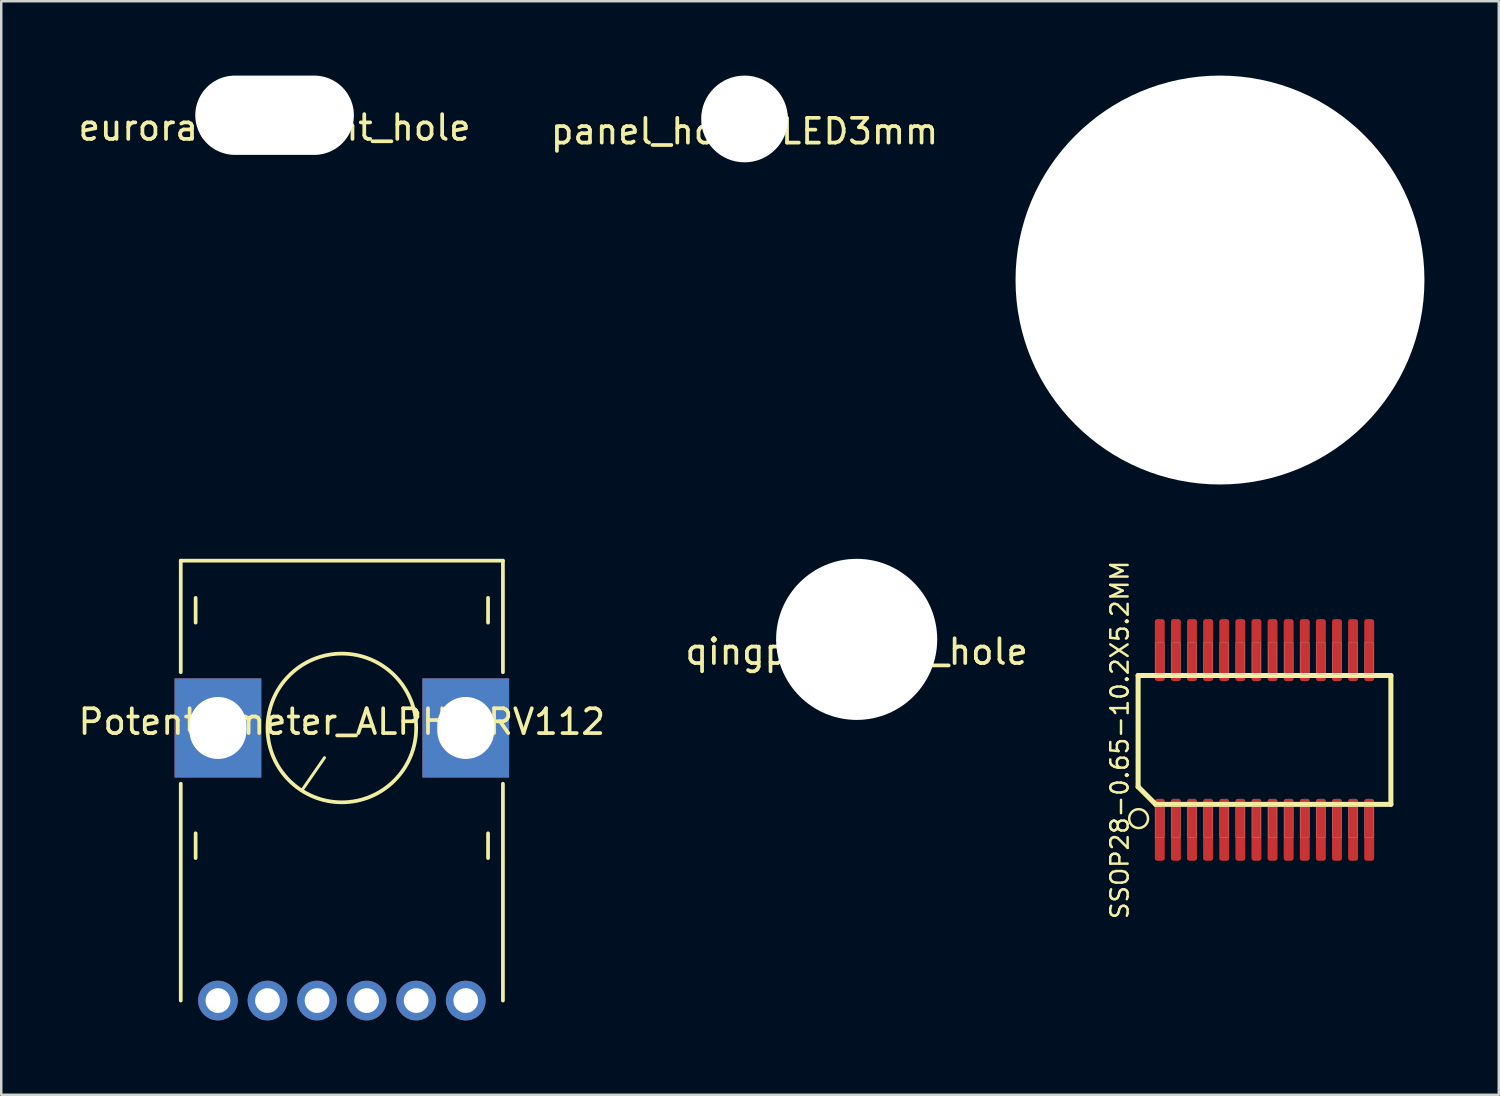
<source format=kicad_pcb>
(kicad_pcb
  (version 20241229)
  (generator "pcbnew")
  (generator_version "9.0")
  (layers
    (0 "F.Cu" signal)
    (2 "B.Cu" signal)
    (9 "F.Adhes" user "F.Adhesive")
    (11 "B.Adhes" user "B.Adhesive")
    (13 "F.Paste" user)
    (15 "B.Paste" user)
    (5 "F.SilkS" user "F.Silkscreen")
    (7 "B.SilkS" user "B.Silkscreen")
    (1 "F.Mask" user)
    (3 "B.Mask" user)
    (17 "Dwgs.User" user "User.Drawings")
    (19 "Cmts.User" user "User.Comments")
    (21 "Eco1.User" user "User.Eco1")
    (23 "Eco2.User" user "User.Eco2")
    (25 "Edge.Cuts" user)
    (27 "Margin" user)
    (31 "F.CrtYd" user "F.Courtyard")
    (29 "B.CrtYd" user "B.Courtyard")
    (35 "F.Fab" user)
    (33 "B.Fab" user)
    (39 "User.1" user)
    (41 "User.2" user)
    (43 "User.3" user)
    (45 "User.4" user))
  (footprint "SSOP28-0.65-10.2X5.2MM"
    (layer "F.Cu")
    (at 47.975 26.808)
    (property "Reference" "SSOP28-0.65-10.2X5.2MM" (at -5.842 0 90) (layer "F.SilkS") (effects (font (size 0.701 0.701) (thickness 0.1))))
    (attr through_hole)
    (fp_line (start -5.1 -2.6) (end -5.1 1.89) (stroke (width 0.203) (type solid)) (layer "F.SilkS"))
    (fp_line (start -5.1 1.89) (end -4.39 2.6) (stroke (width 0.203) (type solid)) (layer "F.SilkS"))
    (fp_line (start -4.39 2.6) (end 5.1 2.6) (stroke (width 0.203) (type solid)) (layer "F.SilkS"))
    (fp_line (start 5.1 -2.6) (end -5.1 -2.6) (stroke (width 0.203) (type solid)) (layer "F.SilkS"))
    (fp_line (start 5.1 2.6) (end 5.1 -2.6) (stroke (width 0.203) (type solid)) (layer "F.SilkS"))
    (fp_circle (center -5.08 3.175) (end -4.699 3.175) (stroke (width 0.1) (type solid)) (fill no) (layer "F.SilkS"))
    (fp_poly (pts (xy -4.41 2.642) (xy -4.047 2.642) (xy -4.047 3.943) (xy -4.41 3.943)) (stroke (width 0.01) (type solid)) (fill no) (layer "F.Fab"))
    (fp_poly (pts (xy -4.406 -3.937) (xy -4.047 -3.937) (xy -4.047 -2.644) (xy -4.406 -2.644)) (stroke (width 0.01) (type solid)) (fill no) (layer "F.Fab"))
    (fp_poly (pts (xy -3.759 -3.937) (xy -3.397 -3.937) (xy -3.397 -2.646) (xy -3.759 -2.646)) (stroke (width 0.01) (type solid)) (fill no) (layer "F.Fab"))
    (fp_poly (pts (xy -3.757 2.642) (xy -3.397 2.642) (xy -3.397 3.942) (xy -3.757 3.942)) (stroke (width 0.01) (type solid)) (fill no) (layer "F.Fab"))
    (fp_poly (pts (xy -3.105 -3.937) (xy -2.747 -3.937) (xy -2.747 -2.644) (xy -3.105 -2.644)) (stroke (width 0.01) (type solid)) (fill no) (layer "F.Fab"))
    (fp_poly (pts (xy -3.103 2.642) (xy -2.747 2.642) (xy -2.747 3.938) (xy -3.103 3.938)) (stroke (width 0.01) (type solid)) (fill no) (layer "F.Fab"))
    (fp_poly (pts (xy -2.454 -3.937) (xy -2.097 -3.937) (xy -2.097 -2.642) (xy -2.454 -2.642)) (stroke (width 0.01) (type solid)) (fill no) (layer "F.Fab"))
    (fp_poly (pts (xy -2.453 2.642) (xy -2.097 2.642) (xy -2.097 3.937) (xy -2.453 3.937)) (stroke (width 0.01) (type solid)) (fill no) (layer "F.Fab"))
    (fp_poly (pts (xy -1.805 2.642) (xy -1.447 2.642) (xy -1.447 3.941) (xy -1.805 3.941)) (stroke (width 0.01) (type solid)) (fill no) (layer "F.Fab"))
    (fp_poly (pts (xy -1.804 -3.937) (xy -1.447 -3.937) (xy -1.447 -2.643) (xy -1.804 -2.643)) (stroke (width 0.01) (type solid)) (fill no) (layer "F.Fab"))
    (fp_poly (pts (xy -1.155 2.642) (xy -0.797 2.642) (xy -0.797 3.944) (xy -1.155 3.944)) (stroke (width 0.01) (type solid)) (fill no) (layer "F.Fab"))
    (fp_poly (pts (xy -1.154 -3.937) (xy -0.797 -3.937) (xy -0.797 -2.644) (xy -1.154 -2.644)) (stroke (width 0.01) (type solid)) (fill no) (layer "F.Fab"))
    (fp_poly (pts (xy -0.504 -3.937) (xy -0.147 -3.937) (xy -0.147 -2.646) (xy -0.504 -2.646)) (stroke (width 0.01) (type solid)) (fill no) (layer "F.Fab"))
    (fp_poly (pts (xy -0.503 2.642) (xy -0.147 2.642) (xy -0.147 3.941) (xy -0.503 3.941)) (stroke (width 0.01) (type solid)) (fill no) (layer "F.Fab"))
    (fp_poly (pts (xy 0.147 -3.937) (xy 0.503 -3.937) (xy 0.503 -2.642) (xy 0.147 -2.642)) (stroke (width 0.01) (type solid)) (fill no) (layer "F.Fab"))
    (fp_poly (pts (xy 0.147 2.642) (xy 0.503 2.642) (xy 0.503 3.941) (xy 0.147 3.941)) (stroke (width 0.01) (type solid)) (fill no) (layer "F.Fab"))
    (fp_poly (pts (xy 0.798 -3.937) (xy 1.153 -3.937) (xy 1.153 -2.643) (xy 0.798 -2.643)) (stroke (width 0.01) (type solid)) (fill no) (layer "F.Fab"))
    (fp_poly (pts (xy 0.798 2.642) (xy 1.153 2.642) (xy 1.153 3.943) (xy 0.798 3.943)) (stroke (width 0.01) (type solid)) (fill no) (layer "F.Fab"))
    (fp_poly (pts (xy 1.449 -3.937) (xy 1.803 -3.937) (xy 1.803 -2.645) (xy 1.449 -2.645)) (stroke (width 0.01) (type solid)) (fill no) (layer "F.Fab"))
    (fp_poly (pts (xy 1.45 2.642) (xy 1.803 2.642) (xy 1.803 3.945) (xy 1.45 3.945)) (stroke (width 0.01) (type solid)) (fill no) (layer "F.Fab"))
    (fp_poly (pts (xy 2.098 2.642) (xy 2.453 2.642) (xy 2.453 3.939) (xy 2.098 3.939)) (stroke (width 0.01) (type solid)) (fill no) (layer "F.Fab"))
    (fp_poly (pts (xy 2.099 -3.937) (xy 2.453 -3.937) (xy 2.453 -2.644) (xy 2.099 -2.644)) (stroke (width 0.01) (type solid)) (fill no) (layer "F.Fab"))
    (fp_poly (pts (xy 2.75 2.642) (xy 3.103 2.642) (xy 3.103 3.94) (xy 2.75 3.94)) (stroke (width 0.01) (type solid)) (fill no) (layer "F.Fab"))
    (fp_poly (pts (xy 2.751 -3.937) (xy 3.103 -3.937) (xy 3.103 -2.645) (xy 2.751 -2.645)) (stroke (width 0.01) (type solid)) (fill no) (layer "F.Fab"))
    (fp_poly (pts (xy 3.4 2.642) (xy 3.753 2.642) (xy 3.753 3.94) (xy 3.4 3.94)) (stroke (width 0.01) (type solid)) (fill no) (layer "F.Fab"))
    (fp_poly (pts (xy 3.404 -3.937) (xy 3.753 -3.937) (xy 3.753 -2.647) (xy 3.404 -2.647)) (stroke (width 0.01) (type solid)) (fill no) (layer "F.Fab"))
    (fp_poly (pts (xy 4.05 2.642) (xy 4.403 2.642) (xy 4.403 3.94) (xy 4.05 3.94)) (stroke (width 0.01) (type solid)) (fill no) (layer "F.Fab"))
    (fp_poly (pts (xy 4.052 -3.937) (xy 4.403 -3.937) (xy 4.403 -2.645) (xy 4.052 -2.645)) (stroke (width 0.01) (type solid)) (fill no) (layer "F.Fab"))
    (pad "1" smd roundrect (at -4.225 3.625) (size 0.4 2.5) (layers "F.Cu" "F.Mask" "F.Paste") (roundrect_rratio 0.25))
    (pad "2" smd roundrect (at -3.575 3.625) (size 0.4 2.5) (layers "F.Cu" "F.Mask" "F.Paste") (roundrect_rratio 0.25))
    (pad "3" smd roundrect (at -2.925 3.625) (size 0.4 2.5) (layers "F.Cu" "F.Mask" "F.Paste") (roundrect_rratio 0.25))
    (pad "4" smd roundrect (at -2.275 3.625) (size 0.4 2.5) (layers "F.Cu" "F.Mask" "F.Paste") (roundrect_rratio 0.25))
    (pad "5" smd roundrect (at -1.625 3.625) (size 0.4 2.5) (layers "F.Cu" "F.Mask" "F.Paste") (roundrect_rratio 0.25))
    (pad "6" smd roundrect (at -0.975 3.625) (size 0.4 2.5) (layers "F.Cu" "F.Mask" "F.Paste") (roundrect_rratio 0.25))
    (pad "7" smd roundrect (at -0.325 3.625) (size 0.4 2.5) (layers "F.Cu" "F.Mask" "F.Paste") (roundrect_rratio 0.25))
    (pad "8" smd roundrect (at 0.325 3.625) (size 0.4 2.5) (layers "F.Cu" "F.Mask" "F.Paste") (roundrect_rratio 0.25))
    (pad "9" smd roundrect (at 0.975 3.625) (size 0.4 2.5) (layers "F.Cu" "F.Mask" "F.Paste") (roundrect_rratio 0.25))
    (pad "10" smd roundrect (at 1.625 3.625) (size 0.4 2.5) (layers "F.Cu" "F.Mask" "F.Paste") (roundrect_rratio 0.25))
    (pad "11" smd roundrect (at 2.275 3.625) (size 0.4 2.5) (layers "F.Cu" "F.Mask" "F.Paste") (roundrect_rratio 0.25))
    (pad "12" smd roundrect (at 2.925 3.625) (size 0.4 2.5) (layers "F.Cu" "F.Mask" "F.Paste") (roundrect_rratio 0.25))
    (pad "13" smd roundrect (at 3.575 3.625) (size 0.4 2.5) (layers "F.Cu" "F.Mask" "F.Paste") (roundrect_rratio 0.25))
    (pad "14" smd roundrect (at 4.225 3.625) (size 0.4 2.5) (layers "F.Cu" "F.Mask" "F.Paste") (roundrect_rratio 0.25))
    (pad "15" smd roundrect (at 4.225 -3.625) (size 0.4 2.5) (layers "F.Cu" "F.Mask" "F.Paste") (roundrect_rratio 0.25))
    (pad "16" smd roundrect (at 3.575 -3.625) (size 0.4 2.5) (layers "F.Cu" "F.Mask" "F.Paste") (roundrect_rratio 0.25))
    (pad "17" smd roundrect (at 2.925 -3.625) (size 0.4 2.5) (layers "F.Cu" "F.Mask" "F.Paste") (roundrect_rratio 0.25))
    (pad "18" smd roundrect (at 2.275 -3.625) (size 0.4 2.5) (layers "F.Cu" "F.Mask" "F.Paste") (roundrect_rratio 0.25))
    (pad "19" smd roundrect (at 1.625 -3.625) (size 0.4 2.5) (layers "F.Cu" "F.Mask" "F.Paste") (roundrect_rratio 0.25))
    (pad "20" smd roundrect (at 0.975 -3.625) (size 0.4 2.5) (layers "F.Cu" "F.Mask" "F.Paste") (roundrect_rratio 0.25))
    (pad "21" smd roundrect (at 0.325 -3.625) (size 0.4 2.5) (layers "F.Cu" "F.Mask" "F.Paste") (roundrect_rratio 0.25))
    (pad "22" smd roundrect (at -0.325 -3.625) (size 0.4 2.5) (layers "F.Cu" "F.Mask" "F.Paste") (roundrect_rratio 0.25))
    (pad "23" smd roundrect (at -0.975 -3.625) (size 0.4 2.5) (layers "F.Cu" "F.Mask" "F.Paste") (roundrect_rratio 0.25))
    (pad "24" smd roundrect (at -1.625 -3.625) (size 0.4 2.5) (layers "F.Cu" "F.Mask" "F.Paste") (roundrect_rratio 0.25))
    (pad "25" smd roundrect (at -2.275 -3.625) (size 0.4 2.5) (layers "F.Cu" "F.Mask" "F.Paste") (roundrect_rratio 0.25))
    (pad "26" smd roundrect (at -2.925 -3.625) (size 0.4 2.5) (layers "F.Cu" "F.Mask" "F.Paste") (roundrect_rratio 0.25))
    (pad "27" smd roundrect (at -3.575 -3.625) (size 0.4 2.5) (layers "F.Cu" "F.Mask" "F.Paste") (roundrect_rratio 0.25))
    (pad "28" smd roundrect (at -4.225 -3.625) (size 0.4 2.5) (layers "F.Cu" "F.Mask" "F.Paste") (roundrect_rratio 0.25)))
  (footprint "panel_hole-LED3mm"
    (layer "F.Cu")
    (at 26.994 1.75)
    (property "Reference" "panel_hole-LED3mm" (at 0 0.5 0) (layer "F.SilkS") (effects (font (size 1 1) (thickness 0.15))))
    (attr through_hole)
    (pad "" np_thru_hole circle (at 0 0) (size 3.5 3.5) (drill 3.5) (layers "*.Cu" "*.Mask")))
  (footprint "panel_hole_SD-50BV"
    (layer "F.Cu")
    (at 46.179 8.25)
    (property "Reference" "panel_hole_SD-50BV" (at 0 0.5 0) (layer "F.SilkS") (effects (font (size 1 1) (thickness 0.15))))
    (attr through_hole)
    (pad "" np_thru_hole circle (at 0 0) (size 16.5 16.5) (drill 16.5) (layers "*.Cu" "*.Mask")))
  (footprint "eurorack_mount_hole"
    (layer "F.Cu")
    (at 8.03 1.6)
    (property "Reference" "eurorack_mount_hole" (at 0 0.5 0) (layer "F.SilkS") (effects (font (size 1 1) (thickness 0.15))))
    (attr through_hole)
    (pad "" np_thru_hole oval (at 0 0) (size 6.4 3.2) (drill oval 6.4 3.2) (layers "*.Cu" "*.Mask")))
  (footprint "qingpu_panel_hole"
    (layer "F.Cu")
    (at 31.518 22.75)
    (property "Reference" "qingpu_panel_hole" (at 0 0.5 0) (layer "F.SilkS") (effects (font (size 1 1) (thickness 0.15))))
    (attr through_hole)
    (pad "" np_thru_hole circle (at 0 0) (size 6.5 6.5) (drill 6.5) (layers "*.Cu" "*.Mask")))
  (footprint "Potentiometer_ALPHA_RV112"
    (layer "F.Cu")
    (at 10.744 26.325)
    (property "Reference" "Potentiometer_ALPHA_RV112" (at 0 -0.25 0) (layer "F.SilkS") (effects (font (size 1 1) (thickness 0.15))))
    (attr through_hole)
    (fp_line (start -6.5 -6.75) (end -6.5 -2.25) (stroke (width 0.15) (type solid)) (layer "F.SilkS"))
    (fp_line (start -6.5 -6.75) (end 6.5 -6.75) (stroke (width 0.15) (type solid)) (layer "F.SilkS"))
    (fp_line (start -6.5 2.25) (end -6.5 11) (stroke (width 0.15) (type solid)) (layer "F.SilkS"))
    (fp_line (start -5.9 -5.25) (end -5.9 -4.25) (stroke (width 0.15) (type solid)) (layer "F.SilkS"))
    (fp_line (start -5.9 4.25) (end -5.9 5.25) (stroke (width 0.15) (type solid)) (layer "F.SilkS"))
    (fp_line (start -1.6 2.5) (end -0.7 1.2) (stroke (width 0.12) (type solid)) (layer "F.SilkS"))
    (fp_line (start 5.9 -5.25) (end 5.9 -4.25) (stroke (width 0.15) (type solid)) (layer "F.SilkS"))
    (fp_line (start 5.9 4.25) (end 5.9 5.25) (stroke (width 0.15) (type solid)) (layer "F.SilkS"))
    (fp_line (start 6.5 -6.75) (end 6.5 -2.25) (stroke (width 0.15) (type solid)) (layer "F.SilkS"))
    (fp_line (start 6.5 2.25) (end 6.5 11) (stroke (width 0.15) (type solid)) (layer "F.SilkS"))
    (fp_circle (center 0 0) (end 3 0) (stroke (width 0.15) (type solid)) (fill no) (layer "F.SilkS"))
    (pad "1" thru_hole circle (at -1 11) (size 1.6 1.6) (drill oval 1) (layers "*.Cu" "*.Mask"))
    (pad "2" thru_hole circle (at 1 11) (size 1.6 1.6) (drill oval 1) (layers "*.Cu" "*.Mask"))
    (pad "3" thru_hole circle (at 3 11) (size 1.6 1.6) (drill oval 1) (layers "*.Cu" "*.Mask"))
    (pad "4" thru_hole circle (at -3 11) (size 1.6 1.6) (drill oval 1) (layers "*.Cu" "*.Mask"))
    (pad "5" thru_hole circle (at -5 11) (size 1.6 1.6) (drill oval 1) (layers "*.Cu" "*.Mask"))
    (pad "6" thru_hole circle (at 5 11) (size 1.6 1.6) (drill oval 1) (layers "*.Cu" "*.Mask"))
    (pad "7" thru_hole rect (at -5 0) (size 3.5 4) (drill oval 2.3 2.5) (layers "*.Cu" "*.Mask"))
    (pad "8" thru_hole rect (at 5 0) (size 3.5 4) (drill oval 2.3 2.5) (layers "*.Cu" "*.Mask")))
  (gr_rect
    (start -3 -3)
    (end 57.429 41.125)
    (stroke (width 0.1) (type default))
    (fill no)
    (layer "Edge.Cuts")))
</source>
